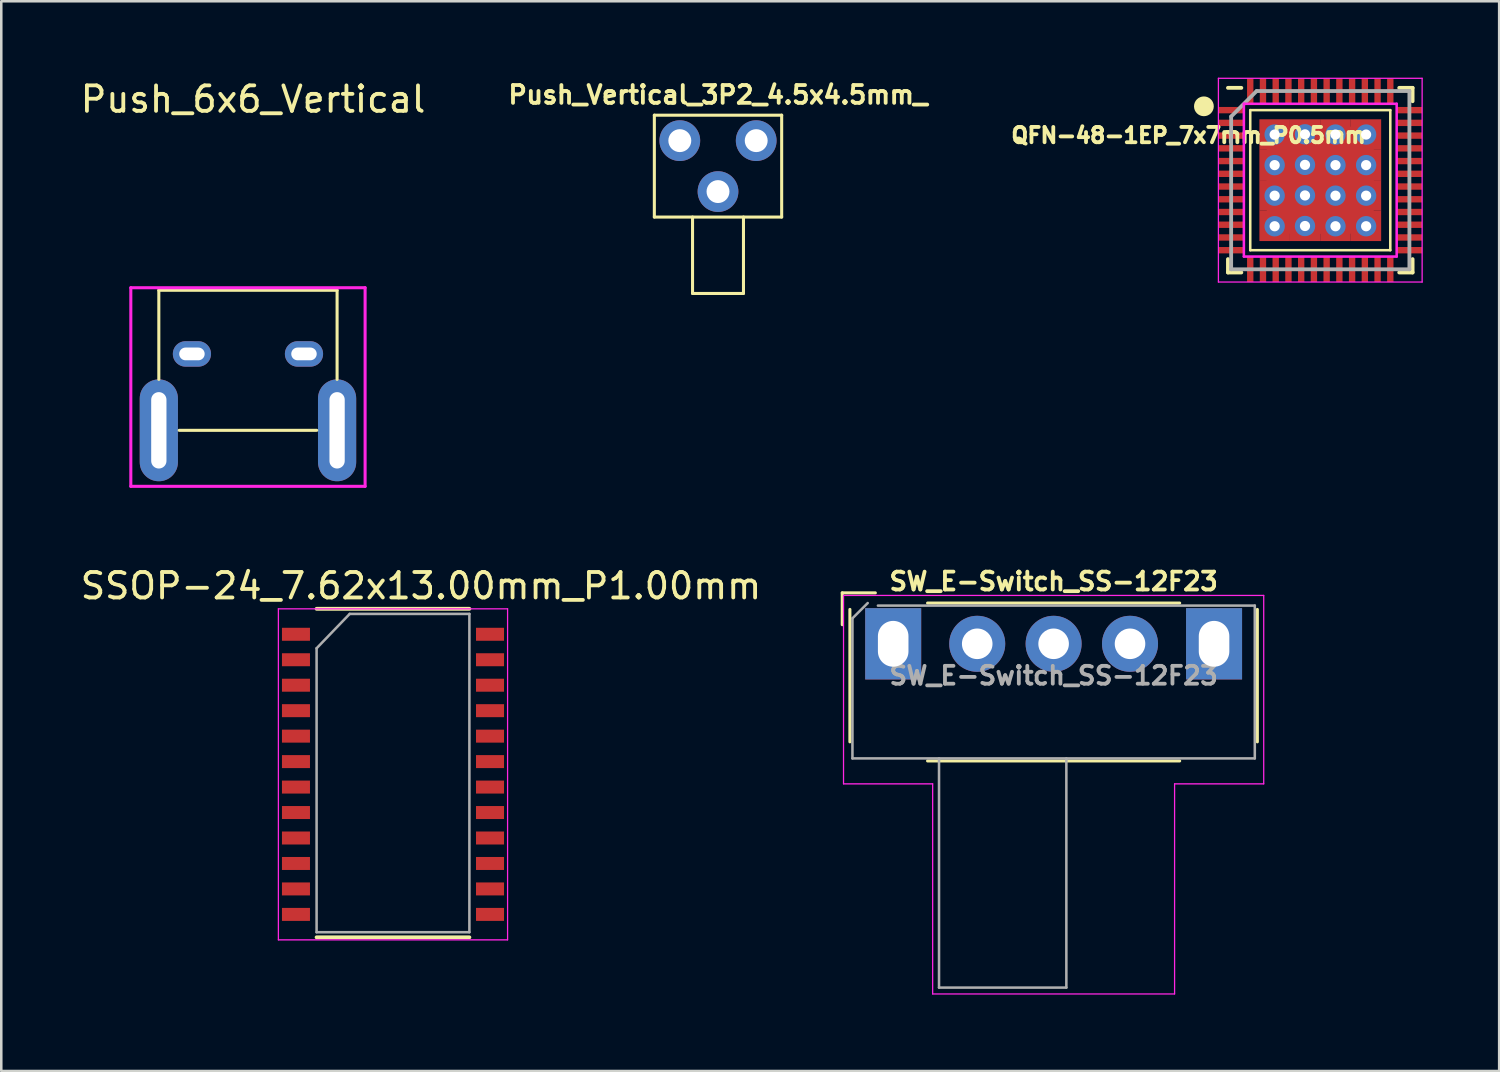
<source format=kicad_pcb>
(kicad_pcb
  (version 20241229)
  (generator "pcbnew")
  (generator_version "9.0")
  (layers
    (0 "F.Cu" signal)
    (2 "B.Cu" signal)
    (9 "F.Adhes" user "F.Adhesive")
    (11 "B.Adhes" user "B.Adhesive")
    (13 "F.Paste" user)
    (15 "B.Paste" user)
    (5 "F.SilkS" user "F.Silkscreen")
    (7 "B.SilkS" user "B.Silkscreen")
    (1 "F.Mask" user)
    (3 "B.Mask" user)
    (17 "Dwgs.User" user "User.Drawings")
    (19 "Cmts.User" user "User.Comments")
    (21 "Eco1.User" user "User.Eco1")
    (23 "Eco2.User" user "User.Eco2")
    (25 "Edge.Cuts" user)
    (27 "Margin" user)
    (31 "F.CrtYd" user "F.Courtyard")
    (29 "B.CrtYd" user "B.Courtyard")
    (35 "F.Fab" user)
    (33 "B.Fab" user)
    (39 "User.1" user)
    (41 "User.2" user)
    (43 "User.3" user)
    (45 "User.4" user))
  (footprint "QFN-48-1EP_7x7mm_P0.5mm"
    (layer "F.Cu")
    (at 48.795 4.025)
    (property "Reference" "QFN-48-1EP_7x7mm_P0.5mm" (at -5.17 -1.76 180) (layer "F.SilkS") (effects (font (size 0.6 0.6) (thickness 0.15))))
    (attr smd)
    (fp_line (start -4.76 -2.87) (end -4.41 -2.87) (stroke (width 0.3) (type solid)) (layer "F.SilkS"))
    (fp_line (start -3.625 -3.625) (end -3.1 -3.625) (stroke (width 0.15) (type solid)) (layer "F.SilkS"))
    (fp_line (start -3.625 3.625) (end -3.625 3.1) (stroke (width 0.15) (type solid)) (layer "F.SilkS"))
    (fp_line (start -3.625 3.625) (end -3.1 3.625) (stroke (width 0.15) (type solid)) (layer "F.SilkS"))
    (fp_line (start -2.75 -2.75) (end 2.75 -2.75) (stroke (width 0.1) (type solid)) (layer "F.SilkS"))
    (fp_line (start -2.75 2.75) (end -2.75 -2.75) (stroke (width 0.1) (type solid)) (layer "F.SilkS"))
    (fp_line (start -2.75 2.75) (end 2.75 2.75) (stroke (width 0.1) (type solid)) (layer "F.SilkS"))
    (fp_line (start 2.75 2.75) (end 2.75 -2.75) (stroke (width 0.1) (type solid)) (layer "F.SilkS"))
    (fp_line (start 3.625 -3.625) (end 3.1 -3.625) (stroke (width 0.15) (type solid)) (layer "F.SilkS"))
    (fp_line (start 3.625 -3.625) (end 3.625 -3.1) (stroke (width 0.15) (type solid)) (layer "F.SilkS"))
    (fp_line (start 3.625 3.625) (end 3.1 3.625) (stroke (width 0.15) (type solid)) (layer "F.SilkS"))
    (fp_line (start 3.625 3.625) (end 3.625 3.1) (stroke (width 0.15) (type solid)) (layer "F.SilkS"))
    (fp_circle (center -4.57 -2.9) (end -4.332 -2.9) (stroke (width 0.3) (type solid)) (fill no) (layer "F.SilkS"))
    (fp_line (start -4 -4) (end -4 4) (stroke (width 0.05) (type solid)) (layer "F.CrtYd"))
    (fp_line (start -4 -4) (end 4 -4) (stroke (width 0.05) (type solid)) (layer "F.CrtYd"))
    (fp_line (start -4 4) (end 4 4) (stroke (width 0.05) (type solid)) (layer "F.CrtYd"))
    (fp_line (start -3 -3) (end 3 -3) (stroke (width 0.1) (type solid)) (layer "F.CrtYd"))
    (fp_line (start -3 3) (end -3 -3) (stroke (width 0.1) (type solid)) (layer "F.CrtYd"))
    (fp_line (start 3 -3) (end 3 3) (stroke (width 0.1) (type solid)) (layer "F.CrtYd"))
    (fp_line (start 3 3) (end -3 3) (stroke (width 0.1) (type solid)) (layer "F.CrtYd"))
    (fp_line (start 4 -4) (end 4 4) (stroke (width 0.05) (type solid)) (layer "F.CrtYd"))
    (fp_line (start -3.5 -2.5) (end -2.5 -3.5) (stroke (width 0.15) (type solid)) (layer "F.Fab"))
    (fp_line (start -3.5 3.5) (end -3.5 -2.5) (stroke (width 0.15) (type solid)) (layer "F.Fab"))
    (fp_line (start -2.5 -3.5) (end 3.5 -3.5) (stroke (width 0.15) (type solid)) (layer "F.Fab"))
    (fp_line (start 3.5 -3.5) (end 3.5 3.5) (stroke (width 0.15) (type solid)) (layer "F.Fab"))
    (fp_line (start 3.5 3.5) (end -3.5 3.5) (stroke (width 0.15) (type solid)) (layer "F.Fab"))
    (pad "1" smd rect (at -3.5 -2.75) (size 1 0.25) (layers "F.Cu" "F.Mask" "F.Paste"))
    (pad "2" smd rect (at -3.5 -2.25) (size 1 0.25) (layers "F.Cu" "F.Mask" "F.Paste"))
    (pad "3" smd rect (at -3.5 -1.75) (size 1 0.25) (layers "F.Cu" "F.Mask" "F.Paste"))
    (pad "4" smd rect (at -3.5 -1.25) (size 1 0.25) (layers "F.Cu" "F.Mask" "F.Paste"))
    (pad "5" smd rect (at -3.5 -0.75) (size 1 0.25) (layers "F.Cu" "F.Mask" "F.Paste"))
    (pad "6" smd rect (at -3.5 -0.25) (size 1 0.25) (layers "F.Cu" "F.Mask" "F.Paste"))
    (pad "7" smd rect (at -3.5 0.25) (size 1 0.25) (layers "F.Cu" "F.Mask" "F.Paste"))
    (pad "8" smd rect (at -3.5 0.75) (size 1 0.25) (layers "F.Cu" "F.Mask" "F.Paste"))
    (pad "9" smd rect (at -3.5 1.25) (size 1 0.25) (layers "F.Cu" "F.Mask" "F.Paste"))
    (pad "10" smd rect (at -3.5 1.75) (size 1 0.25) (layers "F.Cu" "F.Mask" "F.Paste"))
    (pad "11" smd rect (at -3.5 2.25) (size 1 0.25) (layers "F.Cu" "F.Mask" "F.Paste"))
    (pad "12" smd rect (at -3.5 2.75) (size 1 0.25) (layers "F.Cu" "F.Mask" "F.Paste"))
    (pad "13" smd rect (at -2.75 3.5 90) (size 1 0.25) (layers "F.Cu" "F.Mask" "F.Paste"))
    (pad "14" smd rect (at -2.25 3.5 90) (size 1 0.25) (layers "F.Cu" "F.Mask" "F.Paste"))
    (pad "15" smd rect (at -1.75 3.5 90) (size 1 0.25) (layers "F.Cu" "F.Mask" "F.Paste"))
    (pad "16" smd rect (at -1.25 3.5 90) (size 1 0.25) (layers "F.Cu" "F.Mask" "F.Paste"))
    (pad "17" smd rect (at -0.75 3.5 90) (size 1 0.25) (layers "F.Cu" "F.Mask" "F.Paste"))
    (pad "18" smd rect (at -0.25 3.5 90) (size 1 0.25) (layers "F.Cu" "F.Mask" "F.Paste"))
    (pad "19" smd rect (at 0.25 3.5 90) (size 1 0.25) (layers "F.Cu" "F.Mask" "F.Paste"))
    (pad "20" smd rect (at 0.75 3.5 90) (size 1 0.25) (layers "F.Cu" "F.Mask" "F.Paste"))
    (pad "21" smd rect (at 1.25 3.5 90) (size 1 0.25) (layers "F.Cu" "F.Mask" "F.Paste"))
    (pad "22" smd rect (at 1.75 3.5 90) (size 1 0.25) (layers "F.Cu" "F.Mask" "F.Paste"))
    (pad "23" smd rect (at 2.25 3.5 90) (size 1 0.25) (layers "F.Cu" "F.Mask" "F.Paste"))
    (pad "24" smd rect (at 2.75 3.5 90) (size 1 0.25) (layers "F.Cu" "F.Mask" "F.Paste"))
    (pad "25" smd rect (at 3.5 2.75) (size 1 0.25) (layers "F.Cu" "F.Mask" "F.Paste"))
    (pad "26" smd rect (at 3.5 2.25) (size 1 0.25) (layers "F.Cu" "F.Mask" "F.Paste"))
    (pad "27" smd rect (at 3.5 1.75) (size 1 0.25) (layers "F.Cu" "F.Mask" "F.Paste"))
    (pad "28" smd rect (at 3.5 1.25) (size 1 0.25) (layers "F.Cu" "F.Mask" "F.Paste"))
    (pad "29" smd rect (at 3.5 0.75) (size 1 0.25) (layers "F.Cu" "F.Mask" "F.Paste"))
    (pad "30" smd rect (at 3.5 0.25) (size 1 0.25) (layers "F.Cu" "F.Mask" "F.Paste"))
    (pad "31" smd rect (at 3.5 -0.25) (size 1 0.25) (layers "F.Cu" "F.Mask" "F.Paste"))
    (pad "32" smd rect (at 3.5 -0.75) (size 1 0.25) (layers "F.Cu" "F.Mask" "F.Paste"))
    (pad "33" smd rect (at 3.5 -1.25) (size 1 0.25) (layers "F.Cu" "F.Mask" "F.Paste"))
    (pad "34" smd rect (at 3.5 -1.75) (size 1 0.25) (layers "F.Cu" "F.Mask" "F.Paste"))
    (pad "35" smd rect (at 3.5 -2.25) (size 1 0.25) (layers "F.Cu" "F.Mask" "F.Paste"))
    (pad "36" smd rect (at 3.5 -2.75) (size 1 0.25) (layers "F.Cu" "F.Mask" "F.Paste"))
    (pad "37" smd rect (at 2.75 -3.5 90) (size 1 0.25) (layers "F.Cu" "F.Mask" "F.Paste"))
    (pad "38" smd rect (at 2.25 -3.5 90) (size 1 0.25) (layers "F.Cu" "F.Mask" "F.Paste"))
    (pad "39" smd rect (at 1.75 -3.5 90) (size 1 0.25) (layers "F.Cu" "F.Mask" "F.Paste"))
    (pad "40" smd rect (at 1.25 -3.5 90) (size 1 0.25) (layers "F.Cu" "F.Mask" "F.Paste"))
    (pad "41" smd rect (at 0.75 -3.5 90) (size 1 0.25) (layers "F.Cu" "F.Mask" "F.Paste"))
    (pad "42" smd rect (at 0.25 -3.5 90) (size 1 0.25) (layers "F.Cu" "F.Mask" "F.Paste"))
    (pad "43" smd rect (at -0.25 -3.5 90) (size 1 0.25) (layers "F.Cu" "F.Mask" "F.Paste"))
    (pad "44" smd rect (at -0.75 -3.5 90) (size 1 0.25) (layers "F.Cu" "F.Mask" "F.Paste"))
    (pad "45" smd rect (at -1.25 -3.5 90) (size 1 0.25) (layers "F.Cu" "F.Mask" "F.Paste"))
    (pad "46" smd rect (at -1.75 -3.5 90) (size 1 0.25) (layers "F.Cu" "F.Mask" "F.Paste"))
    (pad "47" smd rect (at -2.25 -3.5 90) (size 1 0.25) (layers "F.Cu" "F.Mask" "F.Paste"))
    (pad "48" smd rect (at -2.75 -3.5 90) (size 1 0.25) (layers "F.Cu" "F.Mask" "F.Paste"))
    (pad "49" thru_hole circle (at -1.791 -1.791) (size 0.8 0.8) (drill 0.4) (layers "*.Cu"))
    (pad "49" smd rect (at -1.791 -1.791) (size 1.2 1.2) (layers "F.Cu" "F.Mask"))
    (pad "49" smd rect (at -1.791 -0.597) (size 1.2 1.2) (layers "F.Cu" "F.Mask"))
    (pad "49" thru_hole circle (at -1.791 -0.591) (size 0.8 0.8) (drill 0.4) (layers "*.Cu"))
    (pad "49" smd rect (at -1.791 0.597) (size 1.2 1.2) (layers "F.Cu" "F.Mask"))
    (pad "49" thru_hole circle (at -1.791 0.609) (size 0.8 0.8) (drill 0.4) (layers "*.Cu"))
    (pad "49" smd rect (at -1.791 1.791) (size 1.2 1.2) (layers "F.Cu" "F.Mask"))
    (pad "49" thru_hole circle (at -1.791 1.809) (size 0.8 0.8) (drill 0.4) (layers "*.Cu"))
    (pad "49" smd rect (at -0.9 -0.9) (size 2.4 2.4) (layers "F.Cu" "F.Mask" "F.Paste"))
    (pad "49" smd rect (at -0.9 0.9) (size 2.4 2.4) (layers "F.Cu" "F.Mask" "F.Paste"))
    (pad "49" thru_hole circle (at -0.6 -1.8) (size 0.8 0.8) (drill 0.4) (layers "*.Cu"))
    (pad "49" thru_hole circle (at -0.6 -0.6) (size 0.8 0.8) (drill 0.4) (layers "*.Cu"))
    (pad "49" thru_hole circle (at -0.6 0.6) (size 0.8 0.8) (drill 0.4) (layers "*.Cu"))
    (pad "49" thru_hole circle (at -0.6 1.8) (size 0.8 0.8) (drill 0.4) (layers "*.Cu"))
    (pad "49" smd rect (at -0.597 -1.791) (size 1.2 1.2) (layers "F.Cu" "F.Mask"))
    (pad "49" smd rect (at -0.597 -0.597) (size 1.2 1.2) (layers "F.Cu" "F.Mask"))
    (pad "49" smd rect (at -0.597 0.597) (size 1.2 1.2) (layers "F.Cu" "F.Mask"))
    (pad "49" smd rect (at -0.597 1.791) (size 1.2 1.2) (layers "F.Cu" "F.Mask"))
    (pad "49" thru_hole circle (at 0.597 -1.791) (size 0.8 0.8) (drill 0.4) (layers "*.Cu"))
    (pad "49" smd rect (at 0.597 -1.791) (size 1.2 1.2) (layers "F.Cu" "F.Mask"))
    (pad "49" smd rect (at 0.597 -0.597) (size 1.2 1.2) (layers "F.Cu" "F.Mask"))
    (pad "49" thru_hole circle (at 0.597 -0.591) (size 0.8 0.8) (drill 0.4) (layers "*.Cu"))
    (pad "49" smd rect (at 0.597 0.597) (size 1.2 1.2) (layers "F.Cu" "F.Mask"))
    (pad "49" thru_hole circle (at 0.597 0.609) (size 0.8 0.8) (drill 0.4) (layers "*.Cu"))
    (pad "49" smd rect (at 0.597 1.791) (size 1.2 1.2) (layers "F.Cu" "F.Mask"))
    (pad "49" thru_hole circle (at 0.597 1.809) (size 0.8 0.8) (drill 0.4) (layers "*.Cu"))
    (pad "49" smd rect (at 0.9 -0.9) (size 2.4 2.4) (layers "F.Cu" "F.Mask" "F.Paste"))
    (pad "49" smd rect (at 0.9 0.9) (size 2.4 2.4) (layers "F.Cu" "F.Mask" "F.Paste"))
    (pad "49" smd rect (at 1.791 -1.791) (size 1.2 1.2) (layers "F.Cu" "F.Mask"))
    (pad "49" smd rect (at 1.791 -0.597) (size 1.2 1.2) (layers "F.Cu" "F.Mask"))
    (pad "49" smd rect (at 1.791 0.597) (size 1.2 1.2) (layers "F.Cu" "F.Mask"))
    (pad "49" smd rect (at 1.791 1.791) (size 1.2 1.2) (layers "F.Cu" "F.Mask"))
    (pad "49" thru_hole circle (at 1.8 -1.791) (size 0.8 0.8) (drill 0.4) (layers "*.Cu"))
    (pad "49" thru_hole circle (at 1.8 -0.591) (size 0.8 0.8) (drill 0.4) (layers "*.Cu"))
    (pad "49" thru_hole circle (at 1.8 0.609) (size 0.8 0.8) (drill 0.4) (layers "*.Cu"))
    (pad "49" thru_hole circle (at 1.8 1.809) (size 0.8 0.8) (drill 0.4) (layers "*.Cu")))
  (footprint "SSOP-24_7.62x13.00mm_P1.00mm"
    (layer "F.Cu")
    (at 12.382 27.357)
    (property "Reference" "SSOP-24_7.62x13.00mm_P1.00mm" (at 1.1 -7.4 0) (layer "F.SilkS") (effects (font (size 1 1) (thickness 0.15))))
    (attr smd)
    (fp_line (start -3 -6.5) (end 3 -6.5) (stroke (width 0.15) (type solid)) (layer "F.SilkS"))
    (fp_line (start -3 6.4) (end 3 6.4) (stroke (width 0.15) (type solid)) (layer "F.SilkS"))
    (fp_line (start -4.5 -6.5) (end -4.5 6.5) (stroke (width 0.05) (type solid)) (layer "F.CrtYd"))
    (fp_line (start -4.5 -6.5) (end 4.5 -6.5) (stroke (width 0.05) (type solid)) (layer "F.CrtYd"))
    (fp_line (start -4.5 6.5) (end 4.5 6.5) (stroke (width 0.05) (type solid)) (layer "F.CrtYd"))
    (fp_line (start 4.5 -6.5) (end 4.5 6.5) (stroke (width 0.05) (type solid)) (layer "F.CrtYd"))
    (fp_line (start -3 -4.95) (end -1.7 -6.3) (stroke (width 0.1) (type solid)) (layer "F.Fab"))
    (fp_line (start -3 6.2) (end -3 -4.95) (stroke (width 0.1) (type solid)) (layer "F.Fab"))
    (fp_line (start -1.7 -6.3) (end 3 -6.3) (stroke (width 0.1) (type solid)) (layer "F.Fab"))
    (fp_line (start 3 -6.3) (end 3 6.2) (stroke (width 0.1) (type solid)) (layer "F.Fab"))
    (fp_line (start 3 6.2) (end -3 6.2) (stroke (width 0.1) (type solid)) (layer "F.Fab"))
    (pad "1" smd rect (at -3.81 -5.5) (size 1.1 0.51) (layers "F.Cu" "F.Mask" "F.Paste"))
    (pad "2" smd rect (at -3.81 -4.5) (size 1.1 0.51) (layers "F.Cu" "F.Mask" "F.Paste"))
    (pad "3" smd rect (at -3.81 -3.5) (size 1.1 0.51) (layers "F.Cu" "F.Mask" "F.Paste"))
    (pad "4" smd rect (at -3.81 -2.5) (size 1.1 0.51) (layers "F.Cu" "F.Mask" "F.Paste"))
    (pad "5" smd rect (at -3.81 -1.5) (size 1.1 0.51) (layers "F.Cu" "F.Mask" "F.Paste"))
    (pad "6" smd rect (at -3.81 -0.5) (size 1.1 0.51) (layers "F.Cu" "F.Mask" "F.Paste"))
    (pad "7" smd rect (at -3.81 0.5) (size 1.1 0.51) (layers "F.Cu" "F.Mask" "F.Paste"))
    (pad "8" smd rect (at -3.81 1.5) (size 1.1 0.51) (layers "F.Cu" "F.Mask" "F.Paste"))
    (pad "9" smd rect (at -3.81 2.5) (size 1.1 0.51) (layers "F.Cu" "F.Mask" "F.Paste"))
    (pad "10" smd rect (at -3.81 3.5) (size 1.1 0.51) (layers "F.Cu" "F.Mask" "F.Paste"))
    (pad "11" smd rect (at -3.81 4.5) (size 1.1 0.51) (layers "F.Cu" "F.Mask" "F.Paste"))
    (pad "12" smd rect (at -3.81 5.5) (size 1.1 0.51) (layers "F.Cu" "F.Mask" "F.Paste"))
    (pad "13" smd rect (at 3.81 5.5) (size 1.1 0.51) (layers "F.Cu" "F.Mask" "F.Paste"))
    (pad "14" smd rect (at 3.81 4.5) (size 1.1 0.51) (layers "F.Cu" "F.Mask" "F.Paste"))
    (pad "15" smd rect (at 3.81 3.5) (size 1.1 0.51) (layers "F.Cu" "F.Mask" "F.Paste"))
    (pad "16" smd rect (at 3.81 2.5) (size 1.1 0.51) (layers "F.Cu" "F.Mask" "F.Paste"))
    (pad "17" smd rect (at 3.81 1.5) (size 1.1 0.51) (layers "F.Cu" "F.Mask" "F.Paste"))
    (pad "18" smd rect (at 3.81 0.5) (size 1.1 0.51) (layers "F.Cu" "F.Mask" "F.Paste"))
    (pad "19" smd rect (at 3.81 -0.5) (size 1.1 0.51) (layers "F.Cu" "F.Mask" "F.Paste"))
    (pad "20" smd rect (at 3.81 -1.5) (size 1.1 0.51) (layers "F.Cu" "F.Mask" "F.Paste"))
    (pad "21" smd rect (at 3.81 -2.5) (size 1.1 0.51) (layers "F.Cu" "F.Mask" "F.Paste"))
    (pad "22" smd rect (at 3.81 -3.5) (size 1.1 0.51) (layers "F.Cu" "F.Mask" "F.Paste"))
    (pad "23" smd rect (at 3.81 -4.5) (size 1.1 0.51) (layers "F.Cu" "F.Mask" "F.Paste"))
    (pad "24" smd rect (at 3.81 -5.5) (size 1.1 0.51) (layers "F.Cu" "F.Mask" "F.Paste")))
  (footprint "Push_Vertical_3P2_4.5x4.5mm_"
    (layer "F.Cu")
    (at 25.145 4.473)
    (property "Reference" "Push_Vertical_3P2_4.5x4.5mm_" (at 0 -3.8 0) (layer "F.SilkS") (effects (font (size 0.7 0.7) (thickness 0.15))))
    (attr through_hole)
    (fp_line (start -2.5 -3) (end -2.5 1) (stroke (width 0.12) (type solid)) (layer "F.SilkS"))
    (fp_line (start -2.5 -3) (end 2.5 -3) (stroke (width 0.12) (type solid)) (layer "F.SilkS"))
    (fp_line (start -2.5 1) (end 2.5 1) (stroke (width 0.12) (type solid)) (layer "F.SilkS"))
    (fp_line (start -1 1) (end -1 4) (stroke (width 0.12) (type solid)) (layer "F.SilkS"))
    (fp_line (start -1 4) (end 1 4) (stroke (width 0.12) (type solid)) (layer "F.SilkS"))
    (fp_line (start 1 4) (end 1 1) (stroke (width 0.12) (type solid)) (layer "F.SilkS"))
    (fp_line (start 2.5 1) (end 2.5 -3) (stroke (width 0.12) (type solid)) (layer "F.SilkS"))
    (pad "" thru_hole circle (at 0 0) (size 1.6 1.6) (drill 0.9) (layers "*.Cu" "*.Mask"))
    (pad "1" thru_hole circle (at -1.5 -2) (size 1.6 1.6) (drill 0.9) (layers "*.Cu" "*.Mask"))
    (pad "2" thru_hole circle (at 1.5 -2) (size 1.6 1.6) (drill 0.9) (layers "*.Cu" "*.Mask")))
  (footprint "Push_6x6_Vertical"
    (layer "F.Cu")
    (at 6.687 10.848)
    (property "Reference" "Push_6x6_Vertical" (at 0.2 -10 0) (layer "F.SilkS") (effects (font (size 1 1) (thickness 0.15))))
    (attr through_hole)
    (fp_line (start -3.5 -2.5) (end -3.5 1) (stroke (width 0.12) (type solid)) (layer "F.SilkS"))
    (fp_line (start -3.5 -2.5) (end 3.5 -2.5) (stroke (width 0.12) (type solid)) (layer "F.SilkS"))
    (fp_line (start -2.7 3) (end 2.7 3) (stroke (width 0.12) (type solid)) (layer "F.SilkS"))
    (fp_line (start 3.5 -2.5) (end 3.5 1) (stroke (width 0.12) (type solid)) (layer "F.SilkS"))
    (fp_line (start -4.6 -2.6) (end 4.6 -2.6) (stroke (width 0.12) (type solid)) (layer "F.CrtYd"))
    (fp_line (start -4.6 5.2) (end -4.6 -2.6) (stroke (width 0.12) (type solid)) (layer "F.CrtYd"))
    (fp_line (start 4.6 -2.6) (end 4.6 5.2) (stroke (width 0.12) (type solid)) (layer "F.CrtYd"))
    (fp_line (start 4.6 5.2) (end -4.6 5.2) (stroke (width 0.12) (type solid)) (layer "F.CrtYd"))
    (pad "1" thru_hole oval (at -2.2 0) (size 1.5 1) (drill oval 1 0.5) (layers "*.Cu" "*.Mask"))
    (pad "2" thru_hole oval (at 2.2 0) (size 1.5 1) (drill oval 1 0.5) (layers "*.Cu" "*.Mask"))
    (pad "3" thru_hole oval (at -3.5 3) (size 1.5 4) (drill oval 0.6 3) (layers "*.Cu" "*.Mask"))
    (pad "4" thru_hole oval (at 3.5 3) (size 1.5 4) (drill oval 0.6 3) (layers "*.Cu" "*.Mask")))
  (footprint "SW_E-Switch_SS-12F23"
    (layer "F.Cu")
    (at 38.324 22.231)
    (property "Reference" "SW_E-Switch_SS-12F23" (at 0 -2.45 180) (layer "F.SilkS") (effects (font (size 0.7 0.7) (thickness 0.15))))
    (attr through_hole)
    (fp_line (start -8.3 -2) (end -7 -2) (stroke (width 0.12) (type solid)) (layer "F.SilkS"))
    (fp_line (start -8.3 -0.75) (end -8.3 -2) (stroke (width 0.12) (type solid)) (layer "F.SilkS"))
    (fp_line (start -8 3.85) (end -8 -1.35) (stroke (width 0.12) (type solid)) (layer "F.SilkS"))
    (fp_line (start -4.95 -1.6) (end 4.95 -1.6) (stroke (width 0.12) (type solid)) (layer "F.SilkS"))
    (fp_line (start 4.95 4.6) (end -4.95 4.6) (stroke (width 0.12) (type solid)) (layer "F.SilkS"))
    (fp_line (start 8 -1.35) (end 8 3.85) (stroke (width 0.12) (type solid)) (layer "F.SilkS"))
    (fp_line (start -8.25 -1.9) (end 8.25 -1.9) (stroke (width 0.05) (type solid)) (layer "F.CrtYd"))
    (fp_line (start -8.25 5.5) (end -8.25 -1.9) (stroke (width 0.05) (type solid)) (layer "F.CrtYd"))
    (fp_line (start -4.75 5.5) (end -8.25 5.5) (stroke (width 0.05) (type solid)) (layer "F.CrtYd"))
    (fp_line (start -4.75 13.75) (end -4.75 5.5) (stroke (width 0.05) (type solid)) (layer "F.CrtYd"))
    (fp_line (start 4.75 5.5) (end 4.75 13.75) (stroke (width 0.05) (type solid)) (layer "F.CrtYd"))
    (fp_line (start 4.75 13.75) (end -4.75 13.75) (stroke (width 0.05) (type solid)) (layer "F.CrtYd"))
    (fp_line (start 8.25 -1.9) (end 8.25 5.5) (stroke (width 0.05) (type solid)) (layer "F.CrtYd"))
    (fp_line (start 8.25 5.5) (end 4.75 5.5) (stroke (width 0.05) (type solid)) (layer "F.CrtYd"))
    (fp_line (start -7.9 4.5) (end -7.9 -1) (stroke (width 0.1) (type solid)) (layer "F.Fab"))
    (fp_line (start -7.3 -1.6) (end -7.9 -1) (stroke (width 0.1) (type solid)) (layer "F.Fab"))
    (fp_line (start -6.9 -1.5) (end 7.9 -1.5) (stroke (width 0.1) (type solid)) (layer "F.Fab"))
    (fp_line (start -4.5 13.5) (end -4.5 4.5) (stroke (width 0.1) (type solid)) (layer "F.Fab"))
    (fp_line (start 0.5 4.5) (end 0.5 13.5) (stroke (width 0.1) (type solid)) (layer "F.Fab"))
    (fp_line (start 0.5 13.5) (end -4.5 13.5) (stroke (width 0.1) (type solid)) (layer "F.Fab"))
    (fp_line (start 7.9 -1.5) (end 7.9 4.5) (stroke (width 0.1) (type solid)) (layer "F.Fab"))
    (fp_line (start 7.9 4.5) (end -7.9 4.5) (stroke (width 0.1) (type solid)) (layer "F.Fab"))
    (fp_text user "${REFERENCE}" (at 0 1.25 180) (layer "F.Fab") (effects (font (size 0.7 0.7) (thickness 0.15))))
    (pad "" thru_hole rect (at -6.3 0) (size 2.2 2.8) (drill oval 1.2 1.8) (layers "*.Cu" "*.Mask"))
    (pad "" thru_hole rect (at 6.3 0) (size 2.2 2.8) (drill oval 1.2 1.8) (layers "*.Cu" "*.Mask"))
    (pad "1" thru_hole circle (at -3 0) (size 2.2 2.2) (drill 1.2) (layers "*.Cu" "*.Mask"))
    (pad "2" thru_hole circle (at 0 0) (size 2.2 2.2) (drill 1.2) (layers "*.Cu" "*.Mask"))
    (pad "3" thru_hole circle (at 3 0) (size 2.2 2.2) (drill 1.2) (layers "*.Cu" "*.Mask")))
  (gr_rect
    (start -3 -3)
    (end 55.82 39.006)
    (stroke (width 0.1) (type default))
    (fill no)
    (layer "Edge.Cuts")))
</source>
